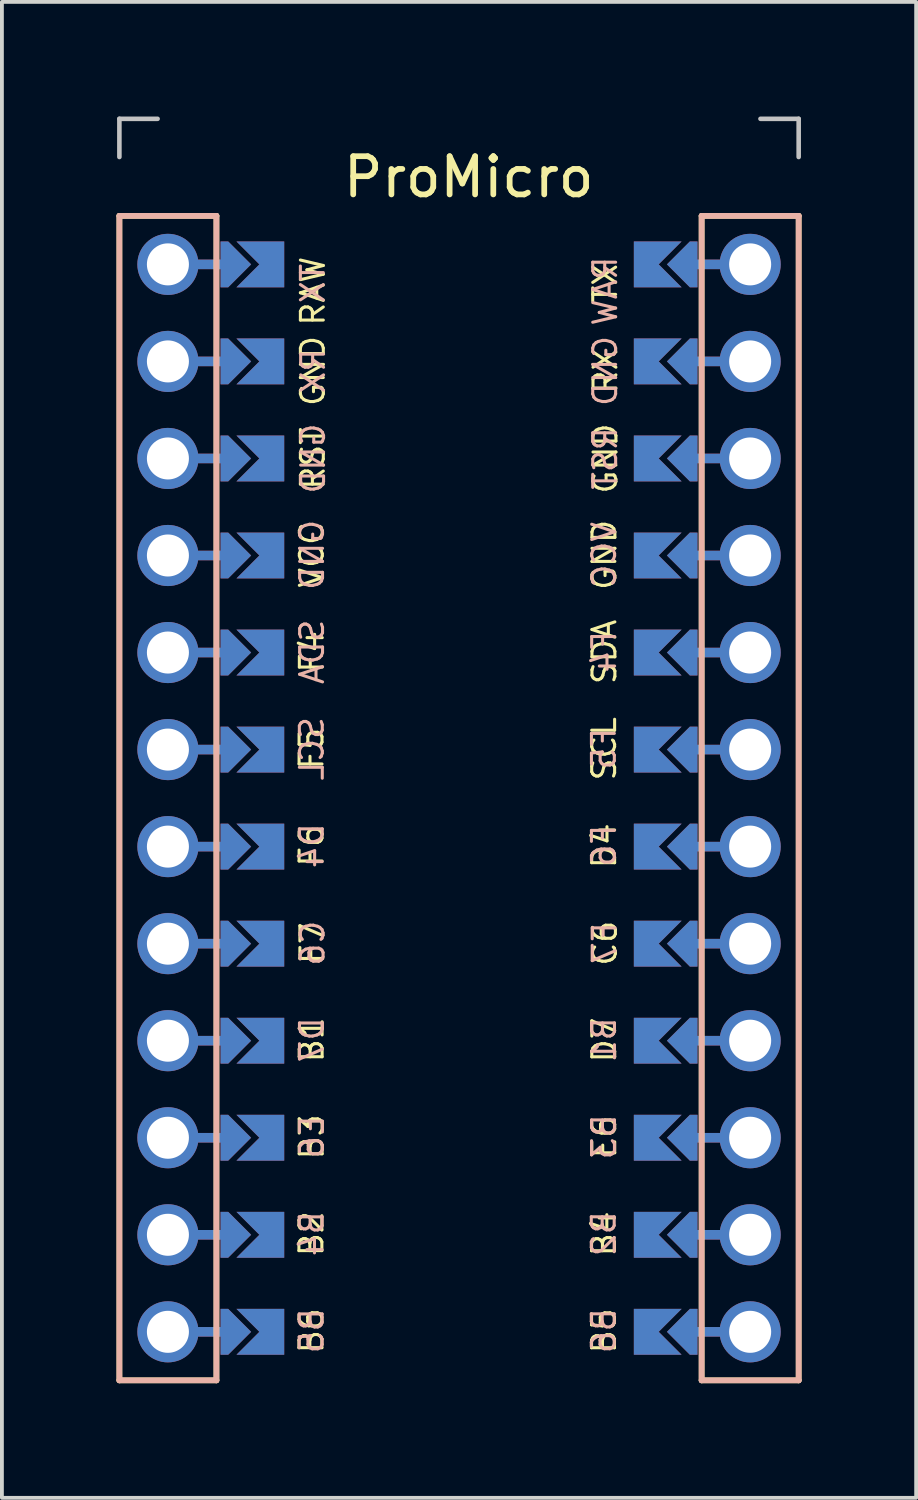
<source format=kicad_pcb>
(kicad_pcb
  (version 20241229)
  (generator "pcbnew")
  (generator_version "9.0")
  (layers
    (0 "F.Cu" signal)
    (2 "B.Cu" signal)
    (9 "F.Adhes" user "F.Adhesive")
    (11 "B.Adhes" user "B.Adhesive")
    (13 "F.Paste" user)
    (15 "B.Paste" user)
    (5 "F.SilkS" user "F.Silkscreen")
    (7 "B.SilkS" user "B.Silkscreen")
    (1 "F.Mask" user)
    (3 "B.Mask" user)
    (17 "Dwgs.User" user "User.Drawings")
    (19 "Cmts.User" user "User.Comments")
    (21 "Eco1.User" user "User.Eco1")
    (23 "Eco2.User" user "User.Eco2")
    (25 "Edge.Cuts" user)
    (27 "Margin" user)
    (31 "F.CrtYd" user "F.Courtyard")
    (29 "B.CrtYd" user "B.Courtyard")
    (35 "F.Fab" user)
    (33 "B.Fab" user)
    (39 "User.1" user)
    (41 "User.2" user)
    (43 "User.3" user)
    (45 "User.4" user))
  (footprint "ProMicro"
    (layer "F.Cu")
    (at 8.965 17.84)
    (property "Reference" "ProMicro" (at 0.254 -16.256 0) (layer "F.SilkS") (effects (font (size 1 1) (thickness 0.15))))
    (fp_poly (pts (xy -5.08 -14.478) (xy -5.08 -13.462) (xy -6.096 -13.462) (xy -6.096 -14.478)) (stroke (width 0.1) (type solid)) (fill yes) (layer "F.Mask"))
    (fp_poly (pts (xy -5.08 -11.938) (xy -5.08 -10.922) (xy -6.096 -10.922) (xy -6.096 -11.938)) (stroke (width 0.1) (type solid)) (fill yes) (layer "F.Mask"))
    (fp_poly (pts (xy -5.08 -9.398) (xy -5.08 -8.382) (xy -6.096 -8.382) (xy -6.096 -9.398)) (stroke (width 0.1) (type solid)) (fill yes) (layer "F.Mask"))
    (fp_poly (pts (xy -5.08 -6.858) (xy -5.08 -5.842) (xy -6.096 -5.842) (xy -6.096 -6.858)) (stroke (width 0.1) (type solid)) (fill yes) (layer "F.Mask"))
    (fp_poly (pts (xy -5.08 -4.318) (xy -5.08 -3.302) (xy -6.096 -3.302) (xy -6.096 -4.318)) (stroke (width 0.1) (type solid)) (fill yes) (layer "F.Mask"))
    (fp_poly (pts (xy -5.08 -1.778) (xy -5.08 -0.762) (xy -6.096 -0.762) (xy -6.096 -1.778)) (stroke (width 0.1) (type solid)) (fill yes) (layer "F.Mask"))
    (fp_poly (pts (xy -5.08 0.762) (xy -5.08 1.778) (xy -6.096 1.778) (xy -6.096 0.762)) (stroke (width 0.1) (type solid)) (fill yes) (layer "F.Mask"))
    (fp_poly (pts (xy -5.08 3.302) (xy -5.08 4.318) (xy -6.096 4.318) (xy -6.096 3.302)) (stroke (width 0.1) (type solid)) (fill yes) (layer "F.Mask"))
    (fp_poly (pts (xy -5.08 5.842) (xy -5.08 6.858) (xy -6.096 6.858) (xy -6.096 5.842)) (stroke (width 0.1) (type solid)) (fill yes) (layer "F.Mask"))
    (fp_poly (pts (xy -5.08 8.382) (xy -5.08 9.398) (xy -6.096 9.398) (xy -6.096 8.382)) (stroke (width 0.1) (type solid)) (fill yes) (layer "F.Mask"))
    (fp_poly (pts (xy -5.08 10.922) (xy -5.08 11.938) (xy -6.096 11.938) (xy -6.096 10.922)) (stroke (width 0.1) (type solid)) (fill yes) (layer "F.Mask"))
    (fp_poly (pts (xy -5.08 13.462) (xy -5.08 14.478) (xy -6.096 14.478) (xy -6.096 13.462)) (stroke (width 0.1) (type solid)) (fill yes) (layer "F.Mask"))
    (fp_poly (pts (xy 5.08 -13.462) (xy 5.08 -14.478) (xy 6.096 -14.478) (xy 6.096 -13.462)) (stroke (width 0.1) (type solid)) (fill yes) (layer "F.Mask"))
    (fp_poly (pts (xy 5.08 -10.922) (xy 5.08 -11.938) (xy 6.096 -11.938) (xy 6.096 -10.922)) (stroke (width 0.1) (type solid)) (fill yes) (layer "F.Mask"))
    (fp_poly (pts (xy 5.08 -8.382) (xy 5.08 -9.398) (xy 6.096 -9.398) (xy 6.096 -8.382)) (stroke (width 0.1) (type solid)) (fill yes) (layer "F.Mask"))
    (fp_poly (pts (xy 5.08 -5.842) (xy 5.08 -6.858) (xy 6.096 -6.858) (xy 6.096 -5.842)) (stroke (width 0.1) (type solid)) (fill yes) (layer "F.Mask"))
    (fp_poly (pts (xy 5.08 -3.302) (xy 5.08 -4.318) (xy 6.096 -4.318) (xy 6.096 -3.302)) (stroke (width 0.1) (type solid)) (fill yes) (layer "F.Mask"))
    (fp_poly (pts (xy 5.08 -0.762) (xy 5.08 -1.778) (xy 6.096 -1.778) (xy 6.096 -0.762)) (stroke (width 0.1) (type solid)) (fill yes) (layer "F.Mask"))
    (fp_poly (pts (xy 5.08 1.778) (xy 5.08 0.762) (xy 6.096 0.762) (xy 6.096 1.778)) (stroke (width 0.1) (type solid)) (fill yes) (layer "F.Mask"))
    (fp_poly (pts (xy 5.08 4.318) (xy 5.08 3.302) (xy 6.096 3.302) (xy 6.096 4.318)) (stroke (width 0.1) (type solid)) (fill yes) (layer "F.Mask"))
    (fp_poly (pts (xy 5.08 6.858) (xy 5.08 5.842) (xy 6.096 5.842) (xy 6.096 6.858)) (stroke (width 0.1) (type solid)) (fill yes) (layer "F.Mask"))
    (fp_poly (pts (xy 5.08 9.398) (xy 5.08 8.382) (xy 6.096 8.382) (xy 6.096 9.398)) (stroke (width 0.1) (type solid)) (fill yes) (layer "F.Mask"))
    (fp_poly (pts (xy 5.08 11.938) (xy 5.08 10.922) (xy 6.096 10.922) (xy 6.096 11.938)) (stroke (width 0.1) (type solid)) (fill yes) (layer "F.Mask"))
    (fp_poly (pts (xy 5.08 14.478) (xy 5.08 13.462) (xy 6.096 13.462) (xy 6.096 14.478)) (stroke (width 0.1) (type solid)) (fill yes) (layer "F.Mask"))
    (fp_poly (pts (xy -5.08 -14.478) (xy -5.08 -13.462) (xy -6.096 -13.462) (xy -6.096 -14.478)) (stroke (width 0.1) (type solid)) (fill yes) (layer "B.Mask"))
    (fp_poly (pts (xy -5.08 -11.938) (xy -5.08 -10.922) (xy -6.096 -10.922) (xy -6.096 -11.938)) (stroke (width 0.1) (type solid)) (fill yes) (layer "B.Mask"))
    (fp_poly (pts (xy -5.08 -9.398) (xy -5.08 -8.382) (xy -6.096 -8.382) (xy -6.096 -9.398)) (stroke (width 0.1) (type solid)) (fill yes) (layer "B.Mask"))
    (fp_poly (pts (xy -5.08 -6.858) (xy -5.08 -5.842) (xy -6.096 -5.842) (xy -6.096 -6.858)) (stroke (width 0.1) (type solid)) (fill yes) (layer "B.Mask"))
    (fp_poly (pts (xy -5.08 -4.318) (xy -5.08 -3.302) (xy -6.096 -3.302) (xy -6.096 -4.318)) (stroke (width 0.1) (type solid)) (fill yes) (layer "B.Mask"))
    (fp_poly (pts (xy -5.08 -1.778) (xy -5.08 -0.762) (xy -6.096 -0.762) (xy -6.096 -1.778)) (stroke (width 0.1) (type solid)) (fill yes) (layer "B.Mask"))
    (fp_poly (pts (xy -5.08 0.762) (xy -5.08 1.778) (xy -6.096 1.778) (xy -6.096 0.762)) (stroke (width 0.1) (type solid)) (fill yes) (layer "B.Mask"))
    (fp_poly (pts (xy -5.08 3.302) (xy -5.08 4.318) (xy -6.096 4.318) (xy -6.096 3.302)) (stroke (width 0.1) (type solid)) (fill yes) (layer "B.Mask"))
    (fp_poly (pts (xy -5.08 5.842) (xy -5.08 6.858) (xy -6.096 6.858) (xy -6.096 5.842)) (stroke (width 0.1) (type solid)) (fill yes) (layer "B.Mask"))
    (fp_poly (pts (xy -5.08 8.382) (xy -5.08 9.398) (xy -6.096 9.398) (xy -6.096 8.382)) (stroke (width 0.1) (type solid)) (fill yes) (layer "B.Mask"))
    (fp_poly (pts (xy -5.08 10.922) (xy -5.08 11.938) (xy -6.096 11.938) (xy -6.096 10.922)) (stroke (width 0.1) (type solid)) (fill yes) (layer "B.Mask"))
    (fp_poly (pts (xy -5.08 13.462) (xy -5.08 14.478) (xy -6.096 14.478) (xy -6.096 13.462)) (stroke (width 0.1) (type solid)) (fill yes) (layer "B.Mask"))
    (fp_poly (pts (xy 5.08 -13.462) (xy 5.08 -14.478) (xy 6.096 -14.478) (xy 6.096 -13.462)) (stroke (width 0.1) (type solid)) (fill yes) (layer "B.Mask"))
    (fp_poly (pts (xy 5.08 -10.922) (xy 5.08 -11.938) (xy 6.096 -11.938) (xy 6.096 -10.922)) (stroke (width 0.1) (type solid)) (fill yes) (layer "B.Mask"))
    (fp_poly (pts (xy 5.08 -8.382) (xy 5.08 -9.398) (xy 6.096 -9.398) (xy 6.096 -8.382)) (stroke (width 0.1) (type solid)) (fill yes) (layer "B.Mask"))
    (fp_poly (pts (xy 5.08 -5.842) (xy 5.08 -6.858) (xy 6.096 -6.858) (xy 6.096 -5.842)) (stroke (width 0.1) (type solid)) (fill yes) (layer "B.Mask"))
    (fp_poly (pts (xy 5.08 -3.302) (xy 5.08 -4.318) (xy 6.096 -4.318) (xy 6.096 -3.302)) (stroke (width 0.1) (type solid)) (fill yes) (layer "B.Mask"))
    (fp_poly (pts (xy 5.08 -0.762) (xy 5.08 -1.778) (xy 6.096 -1.778) (xy 6.096 -0.762)) (stroke (width 0.1) (type solid)) (fill yes) (layer "B.Mask"))
    (fp_poly (pts (xy 5.08 1.778) (xy 5.08 0.762) (xy 6.096 0.762) (xy 6.096 1.778)) (stroke (width 0.1) (type solid)) (fill yes) (layer "B.Mask"))
    (fp_poly (pts (xy 5.08 4.318) (xy 5.08 3.302) (xy 6.096 3.302) (xy 6.096 4.318)) (stroke (width 0.1) (type solid)) (fill yes) (layer "B.Mask"))
    (fp_poly (pts (xy 5.08 6.858) (xy 5.08 5.842) (xy 6.096 5.842) (xy 6.096 6.858)) (stroke (width 0.1) (type solid)) (fill yes) (layer "B.Mask"))
    (fp_poly (pts (xy 5.08 9.398) (xy 5.08 8.382) (xy 6.096 8.382) (xy 6.096 9.398)) (stroke (width 0.1) (type solid)) (fill yes) (layer "B.Mask"))
    (fp_poly (pts (xy 5.08 11.938) (xy 5.08 10.922) (xy 6.096 10.922) (xy 6.096 11.938)) (stroke (width 0.1) (type solid)) (fill yes) (layer "B.Mask"))
    (fp_poly (pts (xy 5.08 14.478) (xy 5.08 13.462) (xy 6.096 13.462) (xy 6.096 14.478)) (stroke (width 0.1) (type solid)) (fill yes) (layer "B.Mask"))
    (fp_line (start -8.89 -15.24) (end -8.89 15.24) (stroke (width 0.15) (type solid)) (layer "F.SilkS"))
    (fp_line (start -8.89 -15.24) (end -6.35 -15.24) (stroke (width 0.15) (type solid)) (layer "F.SilkS"))
    (fp_line (start -6.35 -15.24) (end -6.35 15.24) (stroke (width 0.15) (type solid)) (layer "F.SilkS"))
    (fp_line (start -6.35 15.24) (end -8.89 15.24) (stroke (width 0.15) (type solid)) (layer "F.SilkS"))
    (fp_line (start 6.35 -15.24) (end 6.35 15.24) (stroke (width 0.15) (type solid)) (layer "F.SilkS"))
    (fp_line (start 6.35 -15.24) (end 8.89 -15.24) (stroke (width 0.15) (type solid)) (layer "F.SilkS"))
    (fp_line (start 6.35 15.24) (end 8.89 15.24) (stroke (width 0.15) (type solid)) (layer "F.SilkS"))
    (fp_line (start 8.89 -15.24) (end 8.89 15.24) (stroke (width 0.15) (type solid)) (layer "F.SilkS"))
    (fp_line (start -8.89 -15.24) (end -8.89 15.24) (stroke (width 0.15) (type solid)) (layer "B.SilkS"))
    (fp_line (start -8.89 -15.24) (end -6.35 -15.24) (stroke (width 0.15) (type solid)) (layer "B.SilkS"))
    (fp_line (start -6.35 -15.24) (end -6.35 15.24) (stroke (width 0.15) (type solid)) (layer "B.SilkS"))
    (fp_line (start -6.35 15.24) (end -8.89 15.24) (stroke (width 0.15) (type solid)) (layer "B.SilkS"))
    (fp_line (start 6.35 -15.24) (end 6.35 15.24) (stroke (width 0.15) (type solid)) (layer "B.SilkS"))
    (fp_line (start 6.35 -15.24) (end 8.89 -15.24) (stroke (width 0.15) (type solid)) (layer "B.SilkS"))
    (fp_line (start 6.35 15.24) (end 8.89 15.24) (stroke (width 0.15) (type solid)) (layer "B.SilkS"))
    (fp_line (start 8.89 -15.24) (end 8.89 15.24) (stroke (width 0.15) (type solid)) (layer "B.SilkS"))
    (fp_line (start -8.89 -17.78) (end -8.89 -16.78) (stroke (width 0.12) (type solid)) (layer "Dwgs.User"))
    (fp_line (start -8.89 -17.78) (end -7.89 -17.78) (stroke (width 0.12) (type solid)) (layer "Dwgs.User"))
    (fp_line (start 8.89 -17.78) (end 7.89 -17.78) (stroke (width 0.12) (type solid)) (layer "Dwgs.User"))
    (fp_line (start 8.89 -17.78) (end 8.89 -16.78) (stroke (width 0.12) (type solid)) (layer "Dwgs.User"))
    (fp_text user "GND" (at -3.826 -11.18 90) (layer "F.SilkS") (effects (font (size 0.6 0.6) (thickness 0.08))))
    (fp_text user "SDA" (at 3.806 -3.827 90) (layer "F.SilkS") (effects (font (size 0.6 0.6) (thickness 0.08))))
    (fp_text user "F4" (at -3.853 -3.829 90) (layer "F.SilkS") (effects (font (size 0.6 0.6) (thickness 0.08))))
    (fp_text user "RAW" (at -3.826 -13.27 90) (layer "F.SilkS") (effects (font (size 0.6 0.6) (thickness 0.08))))
    (fp_text user "D7" (at 3.802 6.329 90) (layer "F.SilkS") (effects (font (size 0.6 0.6) (thickness 0.08))))
    (fp_text user "RST" (at -3.826 -8.89 90) (layer "F.SilkS") (effects (font (size 0.6 0.6) (thickness 0.08))))
    (fp_text user "B1" (at -3.857 6.327 90) (layer "F.SilkS") (effects (font (size 0.6 0.6) (thickness 0.08))))
    (fp_text user "TX" (at 3.826 -13.47 90) (layer "F.SilkS") (effects (font (size 0.6 0.6) (thickness 0.08))))
    (fp_text user "D4" (at 3.799 1.248 90) (layer "F.SilkS") (effects (font (size 0.6 0.6) (thickness 0.08))))
    (fp_text user "GND" (at 3.806 -6.367 90) (layer "F.SilkS") (effects (font (size 0.6 0.6) (thickness 0.08))))
    (fp_text user "B4" (at 3.795 11.404 90) (layer "F.SilkS") (effects (font (size 0.6 0.6) (thickness 0.08))))
    (fp_text user "F6" (at -3.86 1.246 90) (layer "F.SilkS") (effects (font (size 0.6 0.6) (thickness 0.08))))
    (fp_text user "RX" (at 3.833 -11.178 90) (layer "F.SilkS") (effects (font (size 0.6 0.6) (thickness 0.08))))
    (fp_text user "F7" (at -3.839 3.797 90) (layer "F.SilkS") (effects (font (size 0.6 0.6) (thickness 0.08))))
    (fp_text user "SCL" (at 3.799 -1.292 90) (layer "F.SilkS") (effects (font (size 0.6 0.6) (thickness 0.08))))
    (fp_text user "C6" (at 3.82 3.798 90) (layer "F.SilkS") (effects (font (size 0.6 0.6) (thickness 0.08))))
    (fp_text user "B3" (at -3.857 8.867 90) (layer "F.SilkS") (effects (font (size 0.6 0.6) (thickness 0.08))))
    (fp_text user "E6" (at 3.802 8.869 90) (layer "F.SilkS") (effects (font (size 0.6 0.6) (thickness 0.08))))
    (fp_text user "GND" (at 3.833 -8.888 90) (layer "F.SilkS") (effects (font (size 0.6 0.6) (thickness 0.08))))
    (fp_text user "B5" (at 3.795 13.944 90) (layer "F.SilkS") (effects (font (size 0.6 0.6) (thickness 0.08))))
    (fp_text user "B2" (at -3.864 11.402 90) (layer "F.SilkS") (effects (font (size 0.6 0.6) (thickness 0.08))))
    (fp_text user "F5" (at -3.86 -1.294 90) (layer "F.SilkS") (effects (font (size 0.6 0.6) (thickness 0.08))))
    (fp_text user "VCC" (at -3.853 -6.369 90) (layer "F.SilkS") (effects (font (size 0.6 0.6) (thickness 0.08))))
    (fp_text user "B6" (at -3.864 13.942 90) (layer "F.SilkS") (effects (font (size 0.6 0.6) (thickness 0.08))))
    (fp_text user "GND" (at -3.846 -6.367 90) (layer "B.SilkS") (effects (font (size 0.6 0.6) (thickness 0.08)) (justify mirror)))
    (fp_text user "F6" (at 3.792 1.246 90) (layer "B.SilkS") (effects (font (size 0.6 0.6) (thickness 0.08)) (justify mirror)))
    (fp_text user "RX" (at -3.819 -11.178 90) (layer "B.SilkS") (effects (font (size 0.6 0.6) (thickness 0.08)) (justify mirror)))
    (fp_text user "B2" (at 3.788 11.402 90) (layer "B.SilkS") (effects (font (size 0.6 0.6) (thickness 0.08)) (justify mirror)))
    (fp_text user "F4" (at 3.799 -3.829 90) (layer "B.SilkS") (effects (font (size 0.6 0.6) (thickness 0.08)) (justify mirror)))
    (fp_text user "D4" (at -3.853 1.248 90) (layer "B.SilkS") (effects (font (size 0.6 0.6) (thickness 0.08)) (justify mirror)))
    (fp_text user "RAW" (at 3.826 -13.27 90) (layer "B.SilkS") (effects (font (size 0.6 0.6) (thickness 0.08)) (justify mirror)))
    (fp_text user "VCC" (at 3.799 -6.369 90) (layer "B.SilkS") (effects (font (size 0.6 0.6) (thickness 0.08)) (justify mirror)))
    (fp_text user "B3" (at 3.795 8.867 90) (layer "B.SilkS") (effects (font (size 0.6 0.6) (thickness 0.08)) (justify mirror)))
    (fp_text user "GND" (at 3.826 -11.18 90) (layer "B.SilkS") (effects (font (size 0.6 0.6) (thickness 0.08)) (justify mirror)))
    (fp_text user "B5" (at -3.857 13.944 90) (layer "B.SilkS") (effects (font (size 0.6 0.6) (thickness 0.08)) (justify mirror)))
    (fp_text user "B4" (at -3.857 11.404 90) (layer "B.SilkS") (effects (font (size 0.6 0.6) (thickness 0.08)) (justify mirror)))
    (fp_text user "SCL" (at -3.853 -1.292 90) (layer "B.SilkS") (effects (font (size 0.6 0.6) (thickness 0.08)) (justify mirror)))
    (fp_text user "SDA" (at -3.846 -3.827 90) (layer "B.SilkS") (effects (font (size 0.6 0.6) (thickness 0.08)) (justify mirror)))
    (fp_text user "F7" (at 3.813 3.797 90) (layer "B.SilkS") (effects (font (size 0.6 0.6) (thickness 0.08)) (justify mirror)))
    (fp_text user "RST" (at 3.826 -8.89 90) (layer "B.SilkS") (effects (font (size 0.6 0.6) (thickness 0.08)) (justify mirror)))
    (fp_text user "TX" (at -3.826 -13.47 90) (layer "B.SilkS") (effects (font (size 0.6 0.6) (thickness 0.08)) (justify mirror)))
    (fp_text user "GND" (at -3.819 -8.888 90) (layer "B.SilkS") (effects (font (size 0.6 0.6) (thickness 0.08)) (justify mirror)))
    (fp_text user "B1" (at 3.795 6.327 90) (layer "B.SilkS") (effects (font (size 0.6 0.6) (thickness 0.08)) (justify mirror)))
    (fp_text user "B6" (at 3.788 13.942 90) (layer "B.SilkS") (effects (font (size 0.6 0.6) (thickness 0.08)) (justify mirror)))
    (fp_text user "F5" (at 3.792 -1.294 90) (layer "B.SilkS") (effects (font (size 0.6 0.6) (thickness 0.08)) (justify mirror)))
    (fp_text user "E6" (at -3.85 8.869 90) (layer "B.SilkS") (effects (font (size 0.6 0.6) (thickness 0.08)) (justify mirror)))
    (fp_text user "C6" (at -3.832 3.798 90) (layer "B.SilkS") (effects (font (size 0.6 0.6) (thickness 0.08)) (justify mirror)))
    (fp_text user "D7" (at -3.85 6.329 90) (layer "B.SilkS") (effects (font (size 0.6 0.6) (thickness 0.08)) (justify mirror)))
    (pad "" thru_hole circle (at -7.62 -13.97 270) (size 1.6 1.6) (drill 1.1) (layers "*.Cu" "*.Mask"))
    (pad "" thru_hole circle (at -7.62 -11.43 270) (size 1.6 1.6) (drill 1.1) (layers "*.Cu" "*.Mask"))
    (pad "" thru_hole circle (at -7.62 -8.89 270) (size 1.6 1.6) (drill 1.1) (layers "*.Cu" "*.Mask"))
    (pad "" thru_hole circle (at -7.62 -6.35 270) (size 1.6 1.6) (drill 1.1) (layers "*.Cu" "*.Mask"))
    (pad "" thru_hole circle (at -7.62 -3.81 270) (size 1.6 1.6) (drill 1.1) (layers "*.Cu" "*.Mask"))
    (pad "" thru_hole circle (at -7.62 -1.27 270) (size 1.6 1.6) (drill 1.1) (layers "*.Cu" "*.Mask"))
    (pad "" thru_hole circle (at -7.62 1.27 270) (size 1.6 1.6) (drill 1.1) (layers "*.Cu" "*.Mask"))
    (pad "" thru_hole circle (at -7.62 3.81 270) (size 1.6 1.6) (drill 1.1) (layers "*.Cu" "*.Mask"))
    (pad "" thru_hole circle (at -7.62 6.35 270) (size 1.6 1.6) (drill 1.1) (layers "*.Cu" "*.Mask"))
    (pad "" thru_hole circle (at -7.62 8.89 270) (size 1.6 1.6) (drill 1.1) (layers "*.Cu" "*.Mask"))
    (pad "" thru_hole circle (at -7.62 11.43 270) (size 1.6 1.6) (drill 1.1) (layers "*.Cu" "*.Mask"))
    (pad "" thru_hole circle (at -7.62 13.97 270) (size 1.6 1.6) (drill 1.1) (layers "*.Cu" "*.Mask"))
    (pad "" smd custom (at -6.35 -13.97 90) (size 0.25 1) (layers "F.Cu") (options (anchor rect)) (primitives))
    (pad "" smd custom (at -6.35 -13.97 90) (size 0.25 1) (layers "B.Cu") (options (anchor rect)) (primitives))
    (pad "" smd custom (at -6.35 -11.43 90) (size 0.25 1) (layers "F.Cu") (options (anchor rect)) (primitives))
    (pad "" smd custom (at -6.35 -11.43 90) (size 0.25 1) (layers "B.Cu") (options (anchor rect)) (primitives))
    (pad "" smd custom (at -6.35 -8.89 90) (size 0.25 1) (layers "F.Cu") (options (anchor rect)) (primitives))
    (pad "" smd custom (at -6.35 -8.89 90) (size 0.25 1) (layers "B.Cu") (options (anchor rect)) (primitives))
    (pad "" smd custom (at -6.35 -6.35 90) (size 0.25 1) (layers "F.Cu") (options (anchor rect)) (primitives))
    (pad "" smd custom (at -6.35 -6.35 90) (size 0.25 1) (layers "B.Cu") (options (anchor rect)) (primitives))
    (pad "" smd custom (at -6.35 -3.81 90) (size 0.25 1) (layers "F.Cu") (options (anchor rect)) (primitives))
    (pad "" smd custom (at -6.35 -3.81 90) (size 0.25 1) (layers "B.Cu") (options (anchor rect)) (primitives))
    (pad "" smd custom (at -6.35 -1.27 90) (size 0.25 1) (layers "F.Cu") (options (anchor rect)) (primitives))
    (pad "" smd custom (at -6.35 -1.27 90) (size 0.25 1) (layers "B.Cu") (options (anchor rect)) (primitives))
    (pad "" smd custom (at -6.35 1.27 90) (size 0.25 1) (layers "F.Cu") (options (anchor rect)) (primitives))
    (pad "" smd custom (at -6.35 1.27 90) (size 0.25 1) (layers "B.Cu") (options (anchor rect)) (primitives))
    (pad "" smd custom (at -6.35 3.81 90) (size 0.25 1) (layers "F.Cu") (options (anchor rect)) (primitives))
    (pad "" smd custom (at -6.35 3.81 90) (size 0.25 1) (layers "B.Cu") (options (anchor rect)) (primitives))
    (pad "" smd custom (at -6.35 6.35 90) (size 0.25 1) (layers "F.Cu") (options (anchor rect)) (primitives))
    (pad "" smd custom (at -6.35 6.35 90) (size 0.25 1) (layers "B.Cu") (options (anchor rect)) (primitives))
    (pad "" smd custom (at -6.35 8.89 90) (size 0.25 1) (layers "F.Cu") (options (anchor rect)) (primitives))
    (pad "" smd custom (at -6.35 8.89 90) (size 0.25 1) (layers "B.Cu") (options (anchor rect)) (primitives))
    (pad "" smd custom (at -6.35 11.43 90) (size 0.25 1) (layers "F.Cu") (options (anchor rect)) (primitives))
    (pad "" smd custom (at -6.35 11.43 90) (size 0.25 1) (layers "B.Cu") (options (anchor rect)) (primitives))
    (pad "" smd custom (at -6.35 13.97 90) (size 0.25 1) (layers "F.Cu") (options (anchor rect)) (primitives))
    (pad "" smd custom (at -6.35 13.97 90) (size 0.25 1) (layers "B.Cu") (options (anchor rect)) (primitives))
    (pad "" smd custom (at -5.842 -13.97 90) (size 0.1 0.1) (layers "F.Cu" "F.Mask") (options (anchor rect)) (primitives (gr_poly (pts (xy 0.6 -0.2) (xy 0 0.4) (xy -0.6 -0.2) (xy -0.6 -0.4) (xy 0.6 -0.4)) (width 0) (fill yes))))
    (pad "" smd custom (at -5.842 -13.97 90) (size 0.1 0.1) (layers "B.Cu" "B.Mask") (options (anchor rect)) (primitives (gr_poly (pts (xy 0.6 -0.2) (xy 0 0.4) (xy -0.6 -0.2) (xy -0.6 -0.4) (xy 0.6 -0.4)) (width 0) (fill yes))))
    (pad "" smd custom (at -5.842 -11.43 90) (size 0.1 0.1) (layers "F.Cu" "F.Mask") (options (anchor rect)) (primitives (gr_poly (pts (xy 0.6 -0.2) (xy 0 0.4) (xy -0.6 -0.2) (xy -0.6 -0.4) (xy 0.6 -0.4)) (width 0) (fill yes))))
    (pad "" smd custom (at -5.842 -11.43 90) (size 0.1 0.1) (layers "B.Cu" "B.Mask") (options (anchor rect)) (primitives (gr_poly (pts (xy 0.6 -0.2) (xy 0 0.4) (xy -0.6 -0.2) (xy -0.6 -0.4) (xy 0.6 -0.4)) (width 0) (fill yes))))
    (pad "" smd custom (at -5.842 -8.89 90) (size 0.1 0.1) (layers "F.Cu" "F.Mask") (options (anchor rect)) (primitives (gr_poly (pts (xy 0.6 -0.2) (xy 0 0.4) (xy -0.6 -0.2) (xy -0.6 -0.4) (xy 0.6 -0.4)) (width 0) (fill yes))))
    (pad "" smd custom (at -5.842 -8.89 90) (size 0.1 0.1) (layers "B.Cu" "B.Mask") (options (anchor rect)) (primitives (gr_poly (pts (xy 0.6 -0.2) (xy 0 0.4) (xy -0.6 -0.2) (xy -0.6 -0.4) (xy 0.6 -0.4)) (width 0) (fill yes))))
    (pad "" smd custom (at -5.842 -6.35 90) (size 0.1 0.1) (layers "F.Cu" "F.Mask") (options (anchor rect)) (primitives (gr_poly (pts (xy 0.6 -0.2) (xy 0 0.4) (xy -0.6 -0.2) (xy -0.6 -0.4) (xy 0.6 -0.4)) (width 0) (fill yes))))
    (pad "" smd custom (at -5.842 -6.35 90) (size 0.1 0.1) (layers "B.Cu" "B.Mask") (options (anchor rect)) (primitives (gr_poly (pts (xy 0.6 -0.2) (xy 0 0.4) (xy -0.6 -0.2) (xy -0.6 -0.4) (xy 0.6 -0.4)) (width 0) (fill yes))))
    (pad "" smd custom (at -5.842 -3.81 90) (size 0.1 0.1) (layers "F.Cu" "F.Mask") (options (anchor rect)) (primitives (gr_poly (pts (xy 0.6 -0.2) (xy 0 0.4) (xy -0.6 -0.2) (xy -0.6 -0.4) (xy 0.6 -0.4)) (width 0) (fill yes))))
    (pad "" smd custom (at -5.842 -3.81 90) (size 0.1 0.1) (layers "B.Cu" "B.Mask") (options (anchor rect)) (primitives (gr_poly (pts (xy 0.6 -0.2) (xy 0 0.4) (xy -0.6 -0.2) (xy -0.6 -0.4) (xy 0.6 -0.4)) (width 0) (fill yes))))
    (pad "" smd custom (at -5.842 -1.27 90) (size 0.1 0.1) (layers "F.Cu" "F.Mask") (options (anchor rect)) (primitives (gr_poly (pts (xy 0.6 -0.2) (xy 0 0.4) (xy -0.6 -0.2) (xy -0.6 -0.4) (xy 0.6 -0.4)) (width 0) (fill yes))))
    (pad "" smd custom (at -5.842 -1.27 90) (size 0.1 0.1) (layers "B.Cu" "B.Mask") (options (anchor rect)) (primitives (gr_poly (pts (xy 0.6 -0.2) (xy 0 0.4) (xy -0.6 -0.2) (xy -0.6 -0.4) (xy 0.6 -0.4)) (width 0) (fill yes))))
    (pad "" smd custom (at -5.842 1.27 90) (size 0.1 0.1) (layers "F.Cu" "F.Mask") (options (anchor rect)) (primitives (gr_poly (pts (xy 0.6 -0.2) (xy 0 0.4) (xy -0.6 -0.2) (xy -0.6 -0.4) (xy 0.6 -0.4)) (width 0) (fill yes))))
    (pad "" smd custom (at -5.842 1.27 90) (size 0.1 0.1) (layers "B.Cu" "B.Mask") (options (anchor rect)) (primitives (gr_poly (pts (xy 0.6 -0.2) (xy 0 0.4) (xy -0.6 -0.2) (xy -0.6 -0.4) (xy 0.6 -0.4)) (width 0) (fill yes))))
    (pad "" smd custom (at -5.842 3.81 90) (size 0.1 0.1) (layers "F.Cu" "F.Mask") (options (anchor rect)) (primitives (gr_poly (pts (xy 0.6 -0.2) (xy 0 0.4) (xy -0.6 -0.2) (xy -0.6 -0.4) (xy 0.6 -0.4)) (width 0) (fill yes))))
    (pad "" smd custom (at -5.842 3.81 90) (size 0.1 0.1) (layers "B.Cu" "B.Mask") (options (anchor rect)) (primitives (gr_poly (pts (xy 0.6 -0.2) (xy 0 0.4) (xy -0.6 -0.2) (xy -0.6 -0.4) (xy 0.6 -0.4)) (width 0) (fill yes))))
    (pad "" smd custom (at -5.842 6.35 90) (size 0.1 0.1) (layers "F.Cu" "F.Mask") (options (anchor rect)) (primitives (gr_poly (pts (xy 0.6 -0.2) (xy 0 0.4) (xy -0.6 -0.2) (xy -0.6 -0.4) (xy 0.6 -0.4)) (width 0) (fill yes))))
    (pad "" smd custom (at -5.842 6.35 90) (size 0.1 0.1) (layers "B.Cu" "B.Mask") (options (anchor rect)) (primitives (gr_poly (pts (xy 0.6 -0.2) (xy 0 0.4) (xy -0.6 -0.2) (xy -0.6 -0.4) (xy 0.6 -0.4)) (width 0) (fill yes))))
    (pad "" smd custom (at -5.842 8.89 90) (size 0.1 0.1) (layers "F.Cu" "F.Mask") (options (anchor rect)) (primitives (gr_poly (pts (xy 0.6 -0.2) (xy 0 0.4) (xy -0.6 -0.2) (xy -0.6 -0.4) (xy 0.6 -0.4)) (width 0) (fill yes))))
    (pad "" smd custom (at -5.842 8.89 90) (size 0.1 0.1) (layers "B.Cu" "B.Mask") (options (anchor rect)) (primitives (gr_poly (pts (xy 0.6 -0.2) (xy 0 0.4) (xy -0.6 -0.2) (xy -0.6 -0.4) (xy 0.6 -0.4)) (width 0) (fill yes))))
    (pad "" smd custom (at -5.842 11.43 90) (size 0.1 0.1) (layers "F.Cu" "F.Mask") (options (anchor rect)) (primitives (gr_poly (pts (xy 0.6 -0.2) (xy 0 0.4) (xy -0.6 -0.2) (xy -0.6 -0.4) (xy 0.6 -0.4)) (width 0) (fill yes))))
    (pad "" smd custom (at -5.842 11.43 90) (size 0.1 0.1) (layers "B.Cu" "B.Mask") (options (anchor rect)) (primitives (gr_poly (pts (xy 0.6 -0.2) (xy 0 0.4) (xy -0.6 -0.2) (xy -0.6 -0.4) (xy 0.6 -0.4)) (width 0) (fill yes))))
    (pad "" smd custom (at -5.842 13.97 90) (size 0.1 0.1) (layers "F.Cu" "F.Mask") (options (anchor rect)) (primitives (gr_poly (pts (xy 0.6 -0.2) (xy 0 0.4) (xy -0.6 -0.2) (xy -0.6 -0.4) (xy 0.6 -0.4)) (width 0) (fill yes))))
    (pad "" smd custom (at -5.842 13.97 90) (size 0.1 0.1) (layers "B.Cu" "B.Mask") (options (anchor rect)) (primitives (gr_poly (pts (xy 0.6 -0.2) (xy 0 0.4) (xy -0.6 -0.2) (xy -0.6 -0.4) (xy 0.6 -0.4)) (width 0) (fill yes))))
    (pad "" smd custom (at 5.842 -13.97 270) (size 0.1 0.1) (layers "F.Cu" "F.Mask") (options (anchor rect)) (primitives (gr_poly (pts (xy 0.6 -0.2) (xy 0 0.4) (xy -0.6 -0.2) (xy -0.6 -0.4) (xy 0.6 -0.4)) (width 0) (fill yes))))
    (pad "" smd custom (at 5.842 -13.97 270) (size 0.1 0.1) (layers "B.Cu" "B.Mask") (options (anchor rect)) (primitives (gr_poly (pts (xy 0.6 -0.2) (xy 0 0.4) (xy -0.6 -0.2) (xy -0.6 -0.4) (xy 0.6 -0.4)) (width 0) (fill yes))))
    (pad "" smd custom (at 5.842 -11.43 270) (size 0.1 0.1) (layers "F.Cu" "F.Mask") (options (anchor rect)) (primitives (gr_poly (pts (xy 0.6 -0.2) (xy 0 0.4) (xy -0.6 -0.2) (xy -0.6 -0.4) (xy 0.6 -0.4)) (width 0) (fill yes))))
    (pad "" smd custom (at 5.842 -11.43 270) (size 0.1 0.1) (layers "B.Cu" "B.Mask") (options (anchor rect)) (primitives (gr_poly (pts (xy 0.6 -0.2) (xy 0 0.4) (xy -0.6 -0.2) (xy -0.6 -0.4) (xy 0.6 -0.4)) (width 0) (fill yes))))
    (pad "" smd custom (at 5.842 -8.89 270) (size 0.1 0.1) (layers "F.Cu" "F.Mask") (options (anchor rect)) (primitives (gr_poly (pts (xy 0.6 -0.2) (xy 0 0.4) (xy -0.6 -0.2) (xy -0.6 -0.4) (xy 0.6 -0.4)) (width 0) (fill yes))))
    (pad "" smd custom (at 5.842 -8.89 270) (size 0.1 0.1) (layers "B.Cu" "B.Mask") (options (anchor rect)) (primitives (gr_poly (pts (xy 0.6 -0.2) (xy 0 0.4) (xy -0.6 -0.2) (xy -0.6 -0.4) (xy 0.6 -0.4)) (width 0) (fill yes))))
    (pad "" smd custom (at 5.842 -6.35 270) (size 0.1 0.1) (layers "F.Cu" "F.Mask") (options (anchor rect)) (primitives (gr_poly (pts (xy 0.6 -0.2) (xy 0 0.4) (xy -0.6 -0.2) (xy -0.6 -0.4) (xy 0.6 -0.4)) (width 0) (fill yes))))
    (pad "" smd custom (at 5.842 -6.35 270) (size 0.1 0.1) (layers "B.Cu" "B.Mask") (options (anchor rect)) (primitives (gr_poly (pts (xy 0.6 -0.2) (xy 0 0.4) (xy -0.6 -0.2) (xy -0.6 -0.4) (xy 0.6 -0.4)) (width 0) (fill yes))))
    (pad "" smd custom (at 5.842 -3.81 270) (size 0.1 0.1) (layers "F.Cu" "F.Mask") (options (anchor rect)) (primitives (gr_poly (pts (xy 0.6 -0.2) (xy 0 0.4) (xy -0.6 -0.2) (xy -0.6 -0.4) (xy 0.6 -0.4)) (width 0) (fill yes))))
    (pad "" smd custom (at 5.842 -3.81 270) (size 0.1 0.1) (layers "B.Cu" "B.Mask") (options (anchor rect)) (primitives (gr_poly (pts (xy 0.6 -0.2) (xy 0 0.4) (xy -0.6 -0.2) (xy -0.6 -0.4) (xy 0.6 -0.4)) (width 0) (fill yes))))
    (pad "" smd custom (at 5.842 -1.27 270) (size 0.1 0.1) (layers "F.Cu" "F.Mask") (options (anchor rect)) (primitives (gr_poly (pts (xy 0.6 -0.2) (xy 0 0.4) (xy -0.6 -0.2) (xy -0.6 -0.4) (xy 0.6 -0.4)) (width 0) (fill yes))))
    (pad "" smd custom (at 5.842 -1.27 270) (size 0.1 0.1) (layers "B.Cu" "B.Mask") (options (anchor rect)) (primitives (gr_poly (pts (xy 0.6 -0.2) (xy 0 0.4) (xy -0.6 -0.2) (xy -0.6 -0.4) (xy 0.6 -0.4)) (width 0) (fill yes))))
    (pad "" smd custom (at 5.842 1.27 270) (size 0.1 0.1) (layers "F.Cu" "F.Mask") (options (anchor rect)) (primitives (gr_poly (pts (xy 0.6 -0.2) (xy 0 0.4) (xy -0.6 -0.2) (xy -0.6 -0.4) (xy 0.6 -0.4)) (width 0) (fill yes))))
    (pad "" smd custom (at 5.842 1.27 270) (size 0.1 0.1) (layers "B.Cu" "B.Mask") (options (anchor rect)) (primitives (gr_poly (pts (xy 0.6 -0.2) (xy 0 0.4) (xy -0.6 -0.2) (xy -0.6 -0.4) (xy 0.6 -0.4)) (width 0) (fill yes))))
    (pad "" smd custom (at 5.842 3.81 270) (size 0.1 0.1) (layers "F.Cu" "F.Mask") (options (anchor rect)) (primitives (gr_poly (pts (xy 0.6 -0.2) (xy 0 0.4) (xy -0.6 -0.2) (xy -0.6 -0.4) (xy 0.6 -0.4)) (width 0) (fill yes))))
    (pad "" smd custom (at 5.842 3.81 270) (size 0.1 0.1) (layers "B.Cu" "B.Mask") (options (anchor rect)) (primitives (gr_poly (pts (xy 0.6 -0.2) (xy 0 0.4) (xy -0.6 -0.2) (xy -0.6 -0.4) (xy 0.6 -0.4)) (width 0) (fill yes))))
    (pad "" smd custom (at 5.842 6.35 270) (size 0.1 0.1) (layers "F.Cu" "F.Mask") (options (anchor rect)) (primitives (gr_poly (pts (xy 0.6 -0.2) (xy 0 0.4) (xy -0.6 -0.2) (xy -0.6 -0.4) (xy 0.6 -0.4)) (width 0) (fill yes))))
    (pad "" smd custom (at 5.842 6.35 270) (size 0.1 0.1) (layers "B.Cu" "B.Mask") (options (anchor rect)) (primitives (gr_poly (pts (xy 0.6 -0.2) (xy 0 0.4) (xy -0.6 -0.2) (xy -0.6 -0.4) (xy 0.6 -0.4)) (width 0) (fill yes))))
    (pad "" smd custom (at 5.842 8.89 270) (size 0.1 0.1) (layers "F.Cu" "F.Mask") (options (anchor rect)) (primitives (gr_poly (pts (xy 0.6 -0.2) (xy 0 0.4) (xy -0.6 -0.2) (xy -0.6 -0.4) (xy 0.6 -0.4)) (width 0) (fill yes))))
    (pad "" smd custom (at 5.842 8.89 270) (size 0.1 0.1) (layers "B.Cu" "B.Mask") (options (anchor rect)) (primitives (gr_poly (pts (xy 0.6 -0.2) (xy 0 0.4) (xy -0.6 -0.2) (xy -0.6 -0.4) (xy 0.6 -0.4)) (width 0) (fill yes))))
    (pad "" smd custom (at 5.842 11.43 270) (size 0.1 0.1) (layers "F.Cu" "F.Mask") (options (anchor rect)) (primitives (gr_poly (pts (xy 0.6 -0.2) (xy 0 0.4) (xy -0.6 -0.2) (xy -0.6 -0.4) (xy 0.6 -0.4)) (width 0) (fill yes))))
    (pad "" smd custom (at 5.842 11.43 270) (size 0.1 0.1) (layers "B.Cu" "B.Mask") (options (anchor rect)) (primitives (gr_poly (pts (xy 0.6 -0.2) (xy 0 0.4) (xy -0.6 -0.2) (xy -0.6 -0.4) (xy 0.6 -0.4)) (width 0) (fill yes))))
    (pad "" smd custom (at 5.842 13.97 270) (size 0.1 0.1) (layers "F.Cu" "F.Mask") (options (anchor rect)) (primitives (gr_poly (pts (xy 0.6 -0.2) (xy 0 0.4) (xy -0.6 -0.2) (xy -0.6 -0.4) (xy 0.6 -0.4)) (width 0) (fill yes))))
    (pad "" smd custom (at 5.842 13.97 270) (size 0.1 0.1) (layers "B.Cu" "B.Mask") (options (anchor rect)) (primitives (gr_poly (pts (xy 0.6 -0.2) (xy 0 0.4) (xy -0.6 -0.2) (xy -0.6 -0.4) (xy 0.6 -0.4)) (width 0) (fill yes))))
    (pad "" smd custom (at 6.35 -13.97 270) (size 0.25 1) (layers "F.Cu") (options (anchor rect)) (primitives))
    (pad "" smd custom (at 6.35 -13.97 270) (size 0.25 1) (layers "B.Cu") (options (anchor rect)) (primitives))
    (pad "" smd custom (at 6.35 -11.43 270) (size 0.25 1) (layers "F.Cu") (options (anchor rect)) (primitives))
    (pad "" smd custom (at 6.35 -11.43 270) (size 0.25 1) (layers "B.Cu") (options (anchor rect)) (primitives))
    (pad "" smd custom (at 6.35 -8.89 270) (size 0.25 1) (layers "F.Cu") (options (anchor rect)) (primitives))
    (pad "" smd custom (at 6.35 -8.89 270) (size 0.25 1) (layers "B.Cu") (options (anchor rect)) (primitives))
    (pad "" smd custom (at 6.35 -6.35 270) (size 0.25 1) (layers "F.Cu") (options (anchor rect)) (primitives))
    (pad "" smd custom (at 6.35 -6.35 270) (size 0.25 1) (layers "B.Cu") (options (anchor rect)) (primitives))
    (pad "" smd custom (at 6.35 -3.81 270) (size 0.25 1) (layers "F.Cu") (options (anchor rect)) (primitives))
    (pad "" smd custom (at 6.35 -3.81 270) (size 0.25 1) (layers "B.Cu") (options (anchor rect)) (primitives))
    (pad "" smd custom (at 6.35 -1.27 270) (size 0.25 1) (layers "F.Cu") (options (anchor rect)) (primitives))
    (pad "" smd custom (at 6.35 -1.27 270) (size 0.25 1) (layers "B.Cu") (options (anchor rect)) (primitives))
    (pad "" smd custom (at 6.35 1.27 270) (size 0.25 1) (layers "F.Cu") (options (anchor rect)) (primitives))
    (pad "" smd custom (at 6.35 1.27 270) (size 0.25 1) (layers "B.Cu") (options (anchor rect)) (primitives))
    (pad "" smd custom (at 6.35 3.81 270) (size 0.25 1) (layers "F.Cu") (options (anchor rect)) (primitives))
    (pad "" smd custom (at 6.35 3.81 270) (size 0.25 1) (layers "B.Cu") (options (anchor rect)) (primitives))
    (pad "" smd custom (at 6.35 6.35 270) (size 0.25 1) (layers "F.Cu") (options (anchor rect)) (primitives))
    (pad "" smd custom (at 6.35 6.35 270) (size 0.25 1) (layers "B.Cu") (options (anchor rect)) (primitives))
    (pad "" smd custom (at 6.35 8.89 270) (size 0.25 1) (layers "F.Cu") (options (anchor rect)) (primitives))
    (pad "" smd custom (at 6.35 8.89 270) (size 0.25 1) (layers "B.Cu") (options (anchor rect)) (primitives))
    (pad "" smd custom (at 6.35 11.43 270) (size 0.25 1) (layers "F.Cu") (options (anchor rect)) (primitives))
    (pad "" smd custom (at 6.35 11.43 270) (size 0.25 1) (layers "B.Cu") (options (anchor rect)) (primitives))
    (pad "" smd custom (at 6.35 13.97 270) (size 0.25 1) (layers "F.Cu") (options (anchor rect)) (primitives))
    (pad "" smd custom (at 6.35 13.97 270) (size 0.25 1) (layers "B.Cu") (options (anchor rect)) (primitives))
    (pad "" thru_hole circle (at 7.62 -13.97 270) (size 1.6 1.6) (drill 1.1) (layers "*.Cu" "*.Mask"))
    (pad "" thru_hole circle (at 7.62 -11.43 270) (size 1.6 1.6) (drill 1.1) (layers "*.Cu" "*.Mask"))
    (pad "" thru_hole circle (at 7.62 -8.89 270) (size 1.6 1.6) (drill 1.1) (layers "*.Cu" "*.Mask"))
    (pad "" thru_hole circle (at 7.62 -6.35 270) (size 1.6 1.6) (drill 1.1) (layers "*.Cu" "*.Mask"))
    (pad "" thru_hole circle (at 7.62 -3.81 270) (size 1.6 1.6) (drill 1.1) (layers "*.Cu" "*.Mask"))
    (pad "" thru_hole circle (at 7.62 -1.27 270) (size 1.6 1.6) (drill 1.1) (layers "*.Cu" "*.Mask"))
    (pad "" thru_hole circle (at 7.62 1.27 270) (size 1.6 1.6) (drill 1.1) (layers "*.Cu" "*.Mask"))
    (pad "" thru_hole circle (at 7.62 3.81 270) (size 1.6 1.6) (drill 1.1) (layers "*.Cu" "*.Mask"))
    (pad "" thru_hole circle (at 7.62 6.35 270) (size 1.6 1.6) (drill 1.1) (layers "*.Cu" "*.Mask"))
    (pad "" thru_hole circle (at 7.62 8.89 270) (size 1.6 1.6) (drill 1.1) (layers "*.Cu" "*.Mask"))
    (pad "" thru_hole circle (at 7.62 11.43 270) (size 1.6 1.6) (drill 1.1) (layers "*.Cu" "*.Mask"))
    (pad "" thru_hole circle (at 7.62 13.97 270) (size 1.6 1.6) (drill 1.1) (layers "*.Cu" "*.Mask"))
    (pad "1" smd custom (at -4.826 -13.97 90) (size 1.2 0.5) (layers "B.Cu" "B.Mask") (options (anchor rect)) (primitives (gr_poly (pts (xy 0.6 0) (xy -0.6 0) (xy -0.6 -1) (xy 0 -0.4) (xy 0.6 -1)) (width 0) (fill yes))))
    (pad "1" smd custom (at 4.826 -13.97 270) (size 1.2 0.5) (layers "F.Cu" "F.Mask") (options (anchor rect)) (primitives (gr_poly (pts (xy 0.6 0) (xy -0.6 0) (xy -0.6 -1) (xy 0 -0.4) (xy 0.6 -1)) (width 0) (fill yes))))
    (pad "2" smd custom (at -4.826 -11.43 90) (size 1.2 0.5) (layers "B.Cu" "B.Mask") (options (anchor rect)) (primitives (gr_poly (pts (xy 0.6 0) (xy -0.6 0) (xy -0.6 -1) (xy 0 -0.4) (xy 0.6 -1)) (width 0) (fill yes))))
    (pad "2" smd custom (at 4.826 -11.43 270) (size 1.2 0.5) (layers "F.Cu" "F.Mask") (options (anchor rect)) (primitives (gr_poly (pts (xy 0.6 0) (xy -0.6 0) (xy -0.6 -1) (xy 0 -0.4) (xy 0.6 -1)) (width 0) (fill yes))))
    (pad "3" smd custom (at -4.826 -8.89 90) (size 1.2 0.5) (layers "B.Cu" "B.Mask") (options (anchor rect)) (primitives (gr_poly (pts (xy 0.6 0) (xy -0.6 0) (xy -0.6 -1) (xy 0 -0.4) (xy 0.6 -1)) (width 0) (fill yes))))
    (pad "3" smd custom (at 4.826 -8.89 270) (size 1.2 0.5) (layers "F.Cu" "F.Mask") (options (anchor rect)) (primitives (gr_poly (pts (xy 0.6 0) (xy -0.6 0) (xy -0.6 -1) (xy 0 -0.4) (xy 0.6 -1)) (width 0) (fill yes))))
    (pad "4" smd custom (at -4.826 -6.35 90) (size 1.2 0.5) (layers "B.Cu" "B.Mask") (options (anchor rect)) (primitives (gr_poly (pts (xy 0.6 0) (xy -0.6 0) (xy -0.6 -1) (xy 0 -0.4) (xy 0.6 -1)) (width 0) (fill yes))))
    (pad "4" smd custom (at 4.826 -6.35 270) (size 1.2 0.5) (layers "F.Cu" "F.Mask") (options (anchor rect)) (primitives (gr_poly (pts (xy 0.6 0) (xy -0.6 0) (xy -0.6 -1) (xy 0 -0.4) (xy 0.6 -1)) (width 0) (fill yes))))
    (pad "5" smd custom (at -4.826 -3.81 90) (size 1.2 0.5) (layers "B.Cu" "B.Mask") (options (anchor rect)) (primitives (gr_poly (pts (xy 0.6 0) (xy -0.6 0) (xy -0.6 -1) (xy 0 -0.4) (xy 0.6 -1)) (width 0) (fill yes))))
    (pad "5" smd custom (at 4.826 -3.81 270) (size 1.2 0.5) (layers "F.Cu" "F.Mask") (options (anchor rect)) (primitives (gr_poly (pts (xy 0.6 0) (xy -0.6 0) (xy -0.6 -1) (xy 0 -0.4) (xy 0.6 -1)) (width 0) (fill yes))))
    (pad "6" smd custom (at -4.826 -1.27 90) (size 1.2 0.5) (layers "B.Cu" "B.Mask") (options (anchor rect)) (primitives (gr_poly (pts (xy 0.6 0) (xy -0.6 0) (xy -0.6 -1) (xy 0 -0.4) (xy 0.6 -1)) (width 0) (fill yes))))
    (pad "6" smd custom (at 4.826 -1.27 270) (size 1.2 0.5) (layers "F.Cu" "F.Mask") (options (anchor rect)) (primitives (gr_poly (pts (xy 0.6 0) (xy -0.6 0) (xy -0.6 -1) (xy 0 -0.4) (xy 0.6 -1)) (width 0) (fill yes))))
    (pad "7" smd custom (at -4.826 1.27 90) (size 1.2 0.5) (layers "B.Cu" "B.Mask") (options (anchor rect)) (primitives (gr_poly (pts (xy 0.6 0) (xy -0.6 0) (xy -0.6 -1) (xy 0 -0.4) (xy 0.6 -1)) (width 0) (fill yes))))
    (pad "7" smd custom (at 4.826 1.27 270) (size 1.2 0.5) (layers "F.Cu" "F.Mask") (options (anchor rect)) (primitives (gr_poly (pts (xy 0.6 0) (xy -0.6 0) (xy -0.6 -1) (xy 0 -0.4) (xy 0.6 -1)) (width 0) (fill yes))))
    (pad "8" smd custom (at -4.826 3.81 90) (size 1.2 0.5) (layers "B.Cu" "B.Mask") (options (anchor rect)) (primitives (gr_poly (pts (xy 0.6 0) (xy -0.6 0) (xy -0.6 -1) (xy 0 -0.4) (xy 0.6 -1)) (width 0) (fill yes))))
    (pad "8" smd custom (at 4.826 3.81 270) (size 1.2 0.5) (layers "F.Cu" "F.Mask") (options (anchor rect)) (primitives (gr_poly (pts (xy 0.6 0) (xy -0.6 0) (xy -0.6 -1) (xy 0 -0.4) (xy 0.6 -1)) (width 0) (fill yes))))
    (pad "9" smd custom (at -4.826 6.35 90) (size 1.2 0.5) (layers "B.Cu" "B.Mask") (options (anchor rect)) (primitives (gr_poly (pts (xy 0.6 0) (xy -0.6 0) (xy -0.6 -1) (xy 0 -0.4) (xy 0.6 -1)) (width 0) (fill yes))))
    (pad "9" smd custom (at 4.826 6.35 270) (size 1.2 0.5) (layers "F.Cu" "F.Mask") (options (anchor rect)) (primitives (gr_poly (pts (xy 0.6 0) (xy -0.6 0) (xy -0.6 -1) (xy 0 -0.4) (xy 0.6 -1)) (width 0) (fill yes))))
    (pad "10" smd custom (at -4.826 8.89 90) (size 1.2 0.5) (layers "B.Cu" "B.Mask") (options (anchor rect)) (primitives (gr_poly (pts (xy 0.6 0) (xy -0.6 0) (xy -0.6 -1) (xy 0 -0.4) (xy 0.6 -1)) (width 0) (fill yes))))
    (pad "10" smd custom (at 4.826 8.89 270) (size 1.2 0.5) (layers "F.Cu" "F.Mask") (options (anchor rect)) (primitives (gr_poly (pts (xy 0.6 0) (xy -0.6 0) (xy -0.6 -1) (xy 0 -0.4) (xy 0.6 -1)) (width 0) (fill yes))))
    (pad "11" smd custom (at -4.826 11.43 90) (size 1.2 0.5) (layers "B.Cu" "B.Mask") (options (anchor rect)) (primitives (gr_poly (pts (xy 0.6 0) (xy -0.6 0) (xy -0.6 -1) (xy 0 -0.4) (xy 0.6 -1)) (width 0) (fill yes))))
    (pad "11" smd custom (at 4.826 11.43 270) (size 1.2 0.5) (layers "F.Cu" "F.Mask") (options (anchor rect)) (primitives (gr_poly (pts (xy 0.6 0) (xy -0.6 0) (xy -0.6 -1) (xy 0 -0.4) (xy 0.6 -1)) (width 0) (fill yes))))
    (pad "12" smd custom (at -4.826 13.97 90) (size 1.2 0.5) (layers "B.Cu" "B.Mask") (options (anchor rect)) (primitives (gr_poly (pts (xy 0.6 0) (xy -0.6 0) (xy -0.6 -1) (xy 0 -0.4) (xy 0.6 -1)) (width 0) (fill yes))))
    (pad "12" smd custom (at 4.826 13.97 270) (size 1.2 0.5) (layers "F.Cu" "F.Mask") (options (anchor rect)) (primitives (gr_poly (pts (xy 0.6 0) (xy -0.6 0) (xy -0.6 -1) (xy 0 -0.4) (xy 0.6 -1)) (width 0) (fill yes))))
    (pad "13" smd custom (at -4.826 13.97 90) (size 1.2 0.5) (layers "F.Cu" "F.Mask") (options (anchor rect)) (primitives (gr_poly (pts (xy 0.6 0) (xy -0.6 0) (xy -0.6 -1) (xy 0 -0.4) (xy 0.6 -1)) (width 0) (fill yes))))
    (pad "13" smd custom (at 4.826 13.97 270) (size 1.2 0.5) (layers "B.Cu" "B.Mask") (options (anchor rect)) (primitives (gr_poly (pts (xy 0.6 0) (xy -0.6 0) (xy -0.6 -1) (xy 0 -0.4) (xy 0.6 -1)) (width 0) (fill yes))))
    (pad "14" smd custom (at -4.826 11.43 90) (size 1.2 0.5) (layers "F.Cu" "F.Mask") (options (anchor rect)) (primitives (gr_poly (pts (xy 0.6 0) (xy -0.6 0) (xy -0.6 -1) (xy 0 -0.4) (xy 0.6 -1)) (width 0) (fill yes))))
    (pad "14" smd custom (at 4.826 11.43 270) (size 1.2 0.5) (layers "B.Cu" "B.Mask") (options (anchor rect)) (primitives (gr_poly (pts (xy 0.6 0) (xy -0.6 0) (xy -0.6 -1) (xy 0 -0.4) (xy 0.6 -1)) (width 0) (fill yes))))
    (pad "15" smd custom (at -4.826 8.89 90) (size 1.2 0.5) (layers "F.Cu" "F.Mask") (options (anchor rect)) (primitives (gr_poly (pts (xy 0.6 0) (xy -0.6 0) (xy -0.6 -1) (xy 0 -0.4) (xy 0.6 -1)) (width 0) (fill yes))))
    (pad "15" smd custom (at 4.826 8.89 270) (size 1.2 0.5) (layers "B.Cu" "B.Mask") (options (anchor rect)) (primitives (gr_poly (pts (xy 0.6 0) (xy -0.6 0) (xy -0.6 -1) (xy 0 -0.4) (xy 0.6 -1)) (width 0) (fill yes))))
    (pad "16" smd custom (at -4.826 6.35 90) (size 1.2 0.5) (layers "F.Cu" "F.Mask") (options (anchor rect)) (primitives (gr_poly (pts (xy 0.6 0) (xy -0.6 0) (xy -0.6 -1) (xy 0 -0.4) (xy 0.6 -1)) (width 0) (fill yes))))
    (pad "16" smd custom (at 4.826 6.35 270) (size 1.2 0.5) (layers "B.Cu" "B.Mask") (options (anchor rect)) (primitives (gr_poly (pts (xy 0.6 0) (xy -0.6 0) (xy -0.6 -1) (xy 0 -0.4) (xy 0.6 -1)) (width 0) (fill yes))))
    (pad "17" smd custom (at -4.826 3.81 90) (size 1.2 0.5) (layers "F.Cu" "F.Mask") (options (anchor rect)) (primitives (gr_poly (pts (xy 0.6 0) (xy -0.6 0) (xy -0.6 -1) (xy 0 -0.4) (xy 0.6 -1)) (width 0) (fill yes))))
    (pad "17" smd custom (at 4.826 3.81 270) (size 1.2 0.5) (layers "B.Cu" "B.Mask") (options (anchor rect)) (primitives (gr_poly (pts (xy 0.6 0) (xy -0.6 0) (xy -0.6 -1) (xy 0 -0.4) (xy 0.6 -1)) (width 0) (fill yes))))
    (pad "18" smd custom (at -4.826 1.27 90) (size 1.2 0.5) (layers "F.Cu" "F.Mask") (options (anchor rect)) (primitives (gr_poly (pts (xy 0.6 0) (xy -0.6 0) (xy -0.6 -1) (xy 0 -0.4) (xy 0.6 -1)) (width 0) (fill yes))))
    (pad "18" smd custom (at 4.826 1.27 270) (size 1.2 0.5) (layers "B.Cu" "B.Mask") (options (anchor rect)) (primitives (gr_poly (pts (xy 0.6 0) (xy -0.6 0) (xy -0.6 -1) (xy 0 -0.4) (xy 0.6 -1)) (width 0) (fill yes))))
    (pad "19" smd custom (at -4.826 -1.27 90) (size 1.2 0.5) (layers "F.Cu" "F.Mask") (options (anchor rect)) (primitives (gr_poly (pts (xy 0.6 0) (xy -0.6 0) (xy -0.6 -1) (xy 0 -0.4) (xy 0.6 -1)) (width 0) (fill yes))))
    (pad "19" smd custom (at 4.826 -1.27 270) (size 1.2 0.5) (layers "B.Cu" "B.Mask") (options (anchor rect)) (primitives (gr_poly (pts (xy 0.6 0) (xy -0.6 0) (xy -0.6 -1) (xy 0 -0.4) (xy 0.6 -1)) (width 0) (fill yes))))
    (pad "20" smd custom (at -4.826 -3.81 90) (size 1.2 0.5) (layers "F.Cu" "F.Mask") (options (anchor rect)) (primitives (gr_poly (pts (xy 0.6 0) (xy -0.6 0) (xy -0.6 -1) (xy 0 -0.4) (xy 0.6 -1)) (width 0) (fill yes))))
    (pad "20" smd custom (at 4.826 -3.81 270) (size 1.2 0.5) (layers "B.Cu" "B.Mask") (options (anchor rect)) (primitives (gr_poly (pts (xy 0.6 0) (xy -0.6 0) (xy -0.6 -1) (xy 0 -0.4) (xy 0.6 -1)) (width 0) (fill yes))))
    (pad "21" smd custom (at -4.826 -6.35 90) (size 1.2 0.5) (layers "F.Cu" "F.Mask") (options (anchor rect)) (primitives (gr_poly (pts (xy 0.6 0) (xy -0.6 0) (xy -0.6 -1) (xy 0 -0.4) (xy 0.6 -1)) (width 0) (fill yes))))
    (pad "21" smd custom (at 4.826 -6.35 270) (size 1.2 0.5) (layers "B.Cu" "B.Mask") (options (anchor rect)) (primitives (gr_poly (pts (xy 0.6 0) (xy -0.6 0) (xy -0.6 -1) (xy 0 -0.4) (xy 0.6 -1)) (width 0) (fill yes))))
    (pad "22" smd custom (at -4.826 -8.89 90) (size 1.2 0.5) (layers "F.Cu" "F.Mask") (options (anchor rect)) (primitives (gr_poly (pts (xy 0.6 0) (xy -0.6 0) (xy -0.6 -1) (xy 0 -0.4) (xy 0.6 -1)) (width 0) (fill yes))))
    (pad "22" smd custom (at 4.826 -8.89 270) (size 1.2 0.5) (layers "B.Cu" "B.Mask") (options (anchor rect)) (primitives (gr_poly (pts (xy 0.6 0) (xy -0.6 0) (xy -0.6 -1) (xy 0 -0.4) (xy 0.6 -1)) (width 0) (fill yes))))
    (pad "23" smd custom (at -4.826 -11.43 90) (size 1.2 0.5) (layers "F.Cu" "F.Mask") (options (anchor rect)) (primitives (gr_poly (pts (xy 0.6 0) (xy -0.6 0) (xy -0.6 -1) (xy 0 -0.4) (xy 0.6 -1)) (width 0) (fill yes))))
    (pad "23" smd custom (at 4.826 -11.43 270) (size 1.2 0.5) (layers "B.Cu" "B.Mask") (options (anchor rect)) (primitives (gr_poly (pts (xy 0.6 0) (xy -0.6 0) (xy -0.6 -1) (xy 0 -0.4) (xy 0.6 -1)) (width 0) (fill yes))))
    (pad "24" smd custom (at -4.826 -13.97 90) (size 1.2 0.5) (layers "F.Cu" "F.Mask") (options (anchor rect)) (primitives (gr_poly (pts (xy 0.6 0) (xy -0.6 0) (xy -0.6 -1) (xy 0 -0.4) (xy 0.6 -1)) (width 0) (fill yes))))
    (pad "24" smd custom (at 4.826 -13.97 270) (size 1.2 0.5) (layers "B.Cu" "B.Mask") (options (anchor rect)) (primitives (gr_poly (pts (xy 0.6 0) (xy -0.6 0) (xy -0.6 -1) (xy 0 -0.4) (xy 0.6 -1)) (width 0) (fill yes)))))
  (gr_rect
    (start -3 -3)
    (end 20.93 36.155)
    (stroke (width 0.1) (type default))
    (fill no)
    (layer "Edge.Cuts")))
</source>
